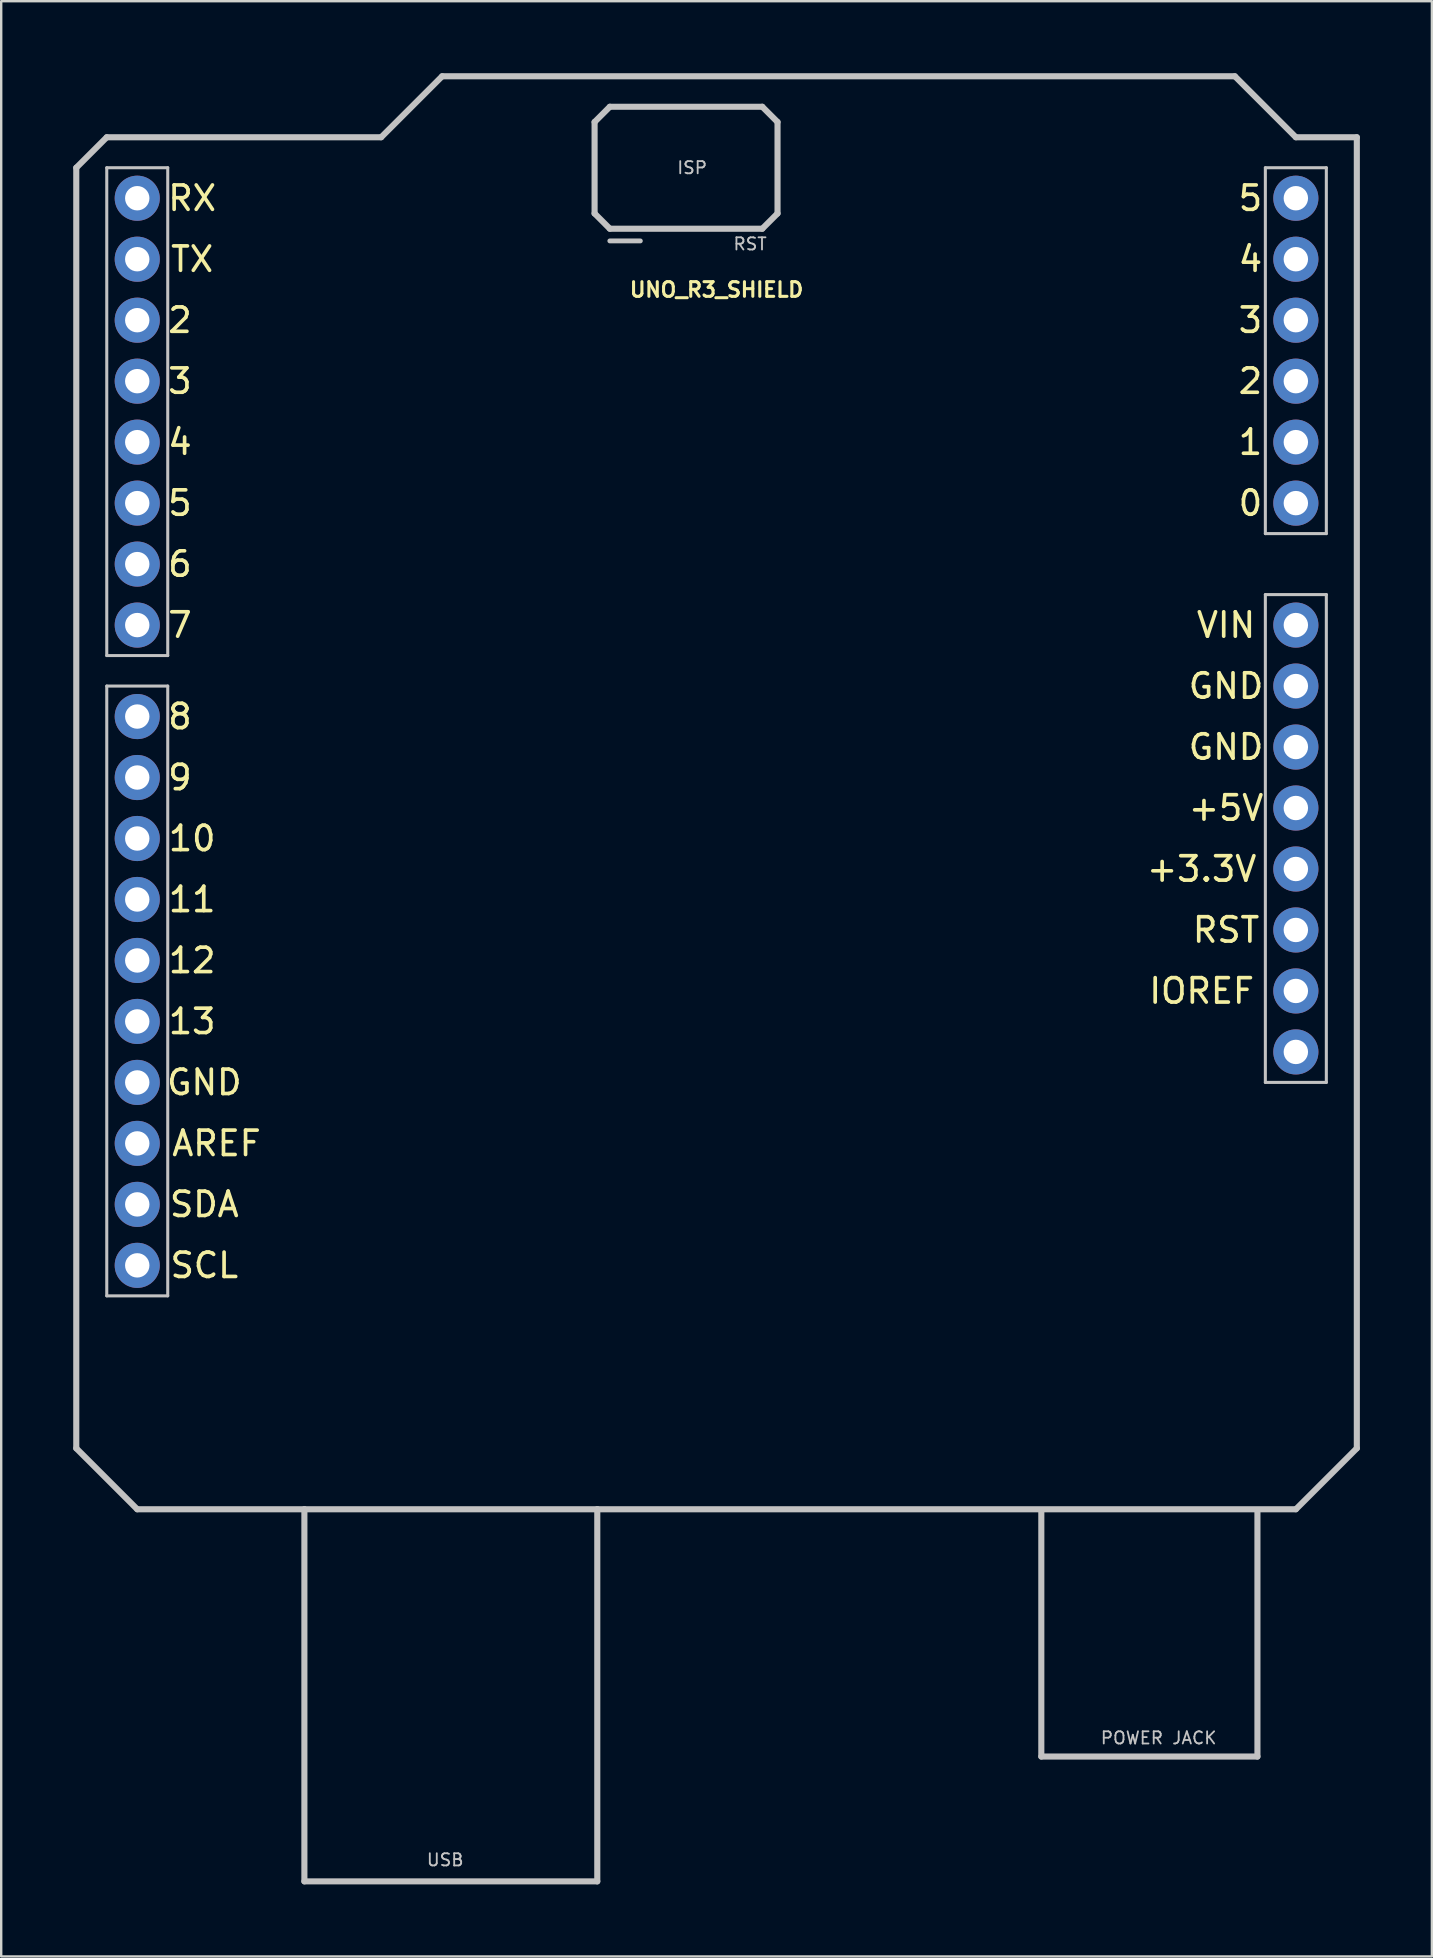
<source format=kicad_pcb>
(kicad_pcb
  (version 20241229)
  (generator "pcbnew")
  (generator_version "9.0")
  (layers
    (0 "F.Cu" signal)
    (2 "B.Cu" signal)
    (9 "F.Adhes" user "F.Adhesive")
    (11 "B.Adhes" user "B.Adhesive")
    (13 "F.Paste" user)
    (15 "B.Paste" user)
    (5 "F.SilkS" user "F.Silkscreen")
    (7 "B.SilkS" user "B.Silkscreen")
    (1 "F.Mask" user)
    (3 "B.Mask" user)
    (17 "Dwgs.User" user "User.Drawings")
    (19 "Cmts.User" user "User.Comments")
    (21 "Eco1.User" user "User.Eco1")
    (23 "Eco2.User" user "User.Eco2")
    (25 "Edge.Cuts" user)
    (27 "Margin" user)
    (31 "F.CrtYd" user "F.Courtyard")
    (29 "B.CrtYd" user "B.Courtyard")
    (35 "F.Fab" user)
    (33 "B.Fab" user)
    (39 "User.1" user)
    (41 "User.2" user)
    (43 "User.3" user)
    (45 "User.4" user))
  (footprint "UNO_R3_SHIELD"
    (layer "F.Cu")
    (at 26.797 30.607)
    (property "Reference" "UNO_R3_SHIELD" (at 0 -21.59 0) (layer "F.SilkS") (effects (font (size 0.61 0.61) (thickness 0.127))))
    (attr exclude_from_pos_files exclude_from_bom)
    (fp_line (start -26.67 -26.67) (end -26.67 26.67) (stroke (width 0.254) (type solid)) (layer "Dwgs.User"))
    (fp_line (start -26.67 26.67) (end -24.13 29.21) (stroke (width 0.254) (type solid)) (layer "Dwgs.User"))
    (fp_line (start -25.4 -27.94) (end -26.67 -26.67) (stroke (width 0.254) (type solid)) (layer "Dwgs.User"))
    (fp_line (start -25.4 -26.67) (end -22.86 -26.67) (stroke (width 0.127) (type solid)) (layer "Dwgs.User"))
    (fp_line (start -25.4 -6.35) (end -25.4 -26.67) (stroke (width 0.127) (type solid)) (layer "Dwgs.User"))
    (fp_line (start -25.4 -5.08) (end -22.86 -5.08) (stroke (width 0.127) (type solid)) (layer "Dwgs.User"))
    (fp_line (start -25.4 20.32) (end -25.4 -5.08) (stroke (width 0.127) (type solid)) (layer "Dwgs.User"))
    (fp_line (start -24.13 29.21) (end -17.168 29.21) (stroke (width 0.254) (type solid)) (layer "Dwgs.User"))
    (fp_line (start -22.86 -26.67) (end -22.86 -6.35) (stroke (width 0.127) (type solid)) (layer "Dwgs.User"))
    (fp_line (start -22.86 -6.35) (end -25.4 -6.35) (stroke (width 0.127) (type solid)) (layer "Dwgs.User"))
    (fp_line (start -22.86 -5.08) (end -22.86 20.32) (stroke (width 0.127) (type solid)) (layer "Dwgs.User"))
    (fp_line (start -22.86 20.32) (end -25.4 20.32) (stroke (width 0.127) (type solid)) (layer "Dwgs.User"))
    (fp_line (start -17.168 29.21) (end -4.968 29.21) (stroke (width 0.254) (type solid)) (layer "Dwgs.User"))
    (fp_line (start -17.168 44.709) (end -17.168 29.21) (stroke (width 0.254) (type solid)) (layer "Dwgs.User"))
    (fp_line (start -17.168 44.709) (end -4.968 44.709) (stroke (width 0.254) (type solid)) (layer "Dwgs.User"))
    (fp_line (start -13.97 -27.94) (end -25.4 -27.94) (stroke (width 0.254) (type solid)) (layer "Dwgs.User"))
    (fp_line (start -11.43 -30.48) (end -13.97 -27.94) (stroke (width 0.254) (type solid)) (layer "Dwgs.User"))
    (fp_line (start -5.08 -28.575) (end -4.445 -29.21) (stroke (width 0.254) (type solid)) (layer "Dwgs.User"))
    (fp_line (start -5.08 -24.765) (end -5.08 -28.575) (stroke (width 0.254) (type solid)) (layer "Dwgs.User"))
    (fp_line (start -4.968 29.21) (end 24.13 29.21) (stroke (width 0.254) (type solid)) (layer "Dwgs.User"))
    (fp_line (start -4.968 44.709) (end -4.968 29.21) (stroke (width 0.254) (type solid)) (layer "Dwgs.User"))
    (fp_line (start -4.445 -29.21) (end 1.905 -29.21) (stroke (width 0.254) (type solid)) (layer "Dwgs.User"))
    (fp_line (start -4.445 -24.13) (end -5.08 -24.765) (stroke (width 0.254) (type solid)) (layer "Dwgs.User"))
    (fp_line (start -3.175 -23.622) (end -4.445 -23.622) (stroke (width 0.203) (type solid)) (layer "Dwgs.User"))
    (fp_line (start 1.905 -29.21) (end 2.54 -28.575) (stroke (width 0.254) (type solid)) (layer "Dwgs.User"))
    (fp_line (start 1.905 -24.13) (end -4.445 -24.13) (stroke (width 0.254) (type solid)) (layer "Dwgs.User"))
    (fp_line (start 2.54 -28.575) (end 2.54 -24.765) (stroke (width 0.254) (type solid)) (layer "Dwgs.User"))
    (fp_line (start 2.54 -24.765) (end 1.905 -24.13) (stroke (width 0.254) (type solid)) (layer "Dwgs.User"))
    (fp_line (start 13.528 39.51) (end 13.528 29.309) (stroke (width 0.254) (type solid)) (layer "Dwgs.User"))
    (fp_line (start 13.528 39.51) (end 22.53 39.51) (stroke (width 0.254) (type solid)) (layer "Dwgs.User"))
    (fp_line (start 21.59 -30.48) (end -11.43 -30.48) (stroke (width 0.254) (type solid)) (layer "Dwgs.User"))
    (fp_line (start 22.53 39.51) (end 22.53 29.309) (stroke (width 0.254) (type solid)) (layer "Dwgs.User"))
    (fp_line (start 22.86 -26.67) (end 25.4 -26.67) (stroke (width 0.127) (type solid)) (layer "Dwgs.User"))
    (fp_line (start 22.86 -11.43) (end 22.86 -26.67) (stroke (width 0.127) (type solid)) (layer "Dwgs.User"))
    (fp_line (start 22.86 -8.89) (end 22.86 11.43) (stroke (width 0.127) (type solid)) (layer "Dwgs.User"))
    (fp_line (start 22.86 11.43) (end 25.4 11.43) (stroke (width 0.127) (type solid)) (layer "Dwgs.User"))
    (fp_line (start 24.13 -27.94) (end 21.59 -30.48) (stroke (width 0.254) (type solid)) (layer "Dwgs.User"))
    (fp_line (start 24.13 29.21) (end 26.67 26.67) (stroke (width 0.254) (type solid)) (layer "Dwgs.User"))
    (fp_line (start 25.4 -26.67) (end 25.4 -11.43) (stroke (width 0.127) (type solid)) (layer "Dwgs.User"))
    (fp_line (start 25.4 -11.43) (end 22.86 -11.43) (stroke (width 0.127) (type solid)) (layer "Dwgs.User"))
    (fp_line (start 25.4 -8.89) (end 22.86 -8.89) (stroke (width 0.127) (type solid)) (layer "Dwgs.User"))
    (fp_line (start 25.4 11.43) (end 25.4 -8.89) (stroke (width 0.127) (type solid)) (layer "Dwgs.User"))
    (fp_line (start 26.67 -27.94) (end 24.13 -27.94) (stroke (width 0.254) (type solid)) (layer "Dwgs.User"))
    (fp_line (start 26.67 26.67) (end 26.67 -27.94) (stroke (width 0.254) (type solid)) (layer "Dwgs.User"))
    (fp_text user "2" (at -22.352 -20.32 0) (layer "F.SilkS") (effects (font (size 1.016 1.016) (thickness 0.152))))
    (fp_text user "RST" (at 21.222 5.08 180) (layer "F.SilkS") (effects (font (size 1.016 1.016) (thickness 0.152))))
    (fp_text user "GND" (at 21.222 -2.54 180) (layer "F.SilkS") (effects (font (size 1.016 1.016) (thickness 0.152))))
    (fp_text user "12" (at -21.844 6.35 0) (layer "F.SilkS") (effects (font (size 1.016 1.016) (thickness 0.152))))
    (fp_text user "5" (at 22.238 -25.4 180) (layer "F.SilkS") (effects (font (size 1.016 1.016) (thickness 0.152))))
    (fp_text user "5" (at -22.352 -12.7 0) (layer "F.SilkS") (effects (font (size 1.016 1.016) (thickness 0.152))))
    (fp_text user "0" (at 22.238 -12.7 180) (layer "F.SilkS") (effects (font (size 1.016 1.016) (thickness 0.152))))
    (fp_text user "6" (at -22.352 -10.16 0) (layer "F.SilkS") (effects (font (size 1.016 1.016) (thickness 0.152))))
    (fp_text user "AREF" (at -20.828 13.97 0) (layer "F.SilkS") (effects (font (size 1.016 1.016) (thickness 0.152))))
    (fp_text user "RX" (at -21.844 -25.4 0) (layer "F.SilkS") (effects (font (size 1.016 1.016) (thickness 0.152))))
    (fp_text user "9" (at -22.352 -1.27 0) (layer "F.SilkS") (effects (font (size 1.016 1.016) (thickness 0.152))))
    (fp_text user "10" (at -21.844 1.27 0) (layer "F.SilkS") (effects (font (size 1.016 1.016) (thickness 0.152))))
    (fp_text user "TX" (at -21.844 -22.86 0) (layer "F.SilkS") (effects (font (size 1.016 1.016) (thickness 0.152))))
    (fp_text user "GND" (at 21.222 -5.08 180) (layer "F.SilkS") (effects (font (size 1.016 1.016) (thickness 0.152))))
    (fp_text user "+5V" (at 21.222 0 180) (layer "F.SilkS") (effects (font (size 1.016 1.016) (thickness 0.152))))
    (fp_text user "13" (at -21.844 8.89 0) (layer "F.SilkS") (effects (font (size 1.016 1.016) (thickness 0.152))))
    (fp_text user "VIN" (at 21.222 -7.62 180) (layer "F.SilkS") (effects (font (size 1.016 1.016) (thickness 0.152))))
    (fp_text user "8" (at -22.352 -3.81 0) (layer "F.SilkS") (effects (font (size 1.016 1.016) (thickness 0.152))))
    (fp_text user "4" (at -22.352 -15.24 0) (layer "F.SilkS") (effects (font (size 1.016 1.016) (thickness 0.152))))
    (fp_text user "11" (at -21.844 3.81 0) (layer "F.SilkS") (effects (font (size 1.016 1.016) (thickness 0.152))))
    (fp_text user "1" (at 22.238 -15.24 180) (layer "F.SilkS") (effects (font (size 1.016 1.016) (thickness 0.152))))
    (fp_text user "2" (at 22.238 -17.78 180) (layer "F.SilkS") (effects (font (size 1.016 1.016) (thickness 0.152))))
    (fp_text user "SCL" (at -21.336 19.05 0) (layer "F.SilkS") (effects (font (size 1.016 1.016) (thickness 0.152))))
    (fp_text user "7" (at -22.352 -7.62 0) (layer "F.SilkS") (effects (font (size 1.016 1.016) (thickness 0.152))))
    (fp_text user "3" (at -22.352 -17.78 0) (layer "F.SilkS") (effects (font (size 1.016 1.016) (thickness 0.152))))
    (fp_text user "3" (at 22.238 -20.32 180) (layer "F.SilkS") (effects (font (size 1.016 1.016) (thickness 0.152))))
    (fp_text user "SDA" (at -21.336 16.51 0) (layer "F.SilkS") (effects (font (size 1.016 1.016) (thickness 0.152))))
    (fp_text user "4" (at 22.238 -22.86 180) (layer "F.SilkS") (effects (font (size 1.016 1.016) (thickness 0.152))))
    (fp_text user "GND" (at -21.336 11.43 0) (layer "F.SilkS") (effects (font (size 1.016 1.016) (thickness 0.152))))
    (fp_text user "IOREF" (at 20.206 7.62 180) (layer "F.SilkS") (effects (font (size 1.016 1.016) (thickness 0.152))))
    (fp_text user "+3.3V" (at 20.206 2.54 180) (layer "F.SilkS") (effects (font (size 1.016 1.016) (thickness 0.152))))
    (fp_text user "POWER JACK" (at 18.415 38.735 0) (layer "Dwgs.User") (effects (font (size 0.508 0.508) (thickness 0.076))))
    (fp_text user "ISP" (at -1.016 -26.67 0) (layer "Dwgs.User") (effects (font (size 0.508 0.508) (thickness 0.076))))
    (fp_text user "RST" (at 1.397 -23.495 0) (layer "Dwgs.User") (effects (font (size 0.508 0.508) (thickness 0.076))))
    (fp_text user "USB" (at -11.303 43.815 0) (layer "Dwgs.User") (effects (font (size 0.508 0.508) (thickness 0.076))))
    (pad "3.3V" thru_hole circle (at 24.13 2.54) (size 1.88 1.88) (drill 1.016) (layers "*.Cu" "*.Mask"))
    (pad "5V" thru_hole circle (at 24.13 0) (size 1.88 1.88) (drill 1.016) (layers "*.Cu" "*.Mask"))
    (pad "A0" thru_hole circle (at 24.13 -12.7) (size 1.88 1.88) (drill 1.016) (layers "*.Cu" "*.Mask"))
    (pad "A1" thru_hole circle (at 24.13 -15.24) (size 1.88 1.88) (drill 1.016) (layers "*.Cu" "*.Mask"))
    (pad "A2" thru_hole circle (at 24.13 -17.78) (size 1.88 1.88) (drill 1.016) (layers "*.Cu" "*.Mask"))
    (pad "A3" thru_hole circle (at 24.13 -20.32) (size 1.88 1.88) (drill 1.016) (layers "*.Cu" "*.Mask"))
    (pad "A4" thru_hole circle (at 24.13 -22.86) (size 1.88 1.88) (drill 1.016) (layers "*.Cu" "*.Mask"))
    (pad "A5" thru_hole circle (at 24.13 -25.4) (size 1.88 1.88) (drill 1.016) (layers "*.Cu" "*.Mask"))
    (pad "AREF" thru_hole circle (at -24.13 13.97) (size 1.88 1.88) (drill 1.016) (layers "*.Cu" "*.Mask"))
    (pad "D2" thru_hole circle (at -24.13 -20.32) (size 1.88 1.88) (drill 1.016) (layers "*.Cu" "*.Mask"))
    (pad "D3" thru_hole circle (at -24.13 -17.78) (size 1.88 1.88) (drill 1.016) (layers "*.Cu" "*.Mask"))
    (pad "D4" thru_hole circle (at -24.13 -15.24) (size 1.88 1.88) (drill 1.016) (layers "*.Cu" "*.Mask"))
    (pad "D5" thru_hole circle (at -24.13 -12.7) (size 1.88 1.88) (drill 1.016) (layers "*.Cu" "*.Mask"))
    (pad "D6" thru_hole circle (at -24.13 -10.16) (size 1.88 1.88) (drill 1.016) (layers "*.Cu" "*.Mask"))
    (pad "D7" thru_hole circle (at -24.13 -7.62) (size 1.88 1.88) (drill 1.016) (layers "*.Cu" "*.Mask"))
    (pad "D8" thru_hole circle (at -24.13 -3.81) (size 1.88 1.88) (drill 1.016) (layers "*.Cu" "*.Mask"))
    (pad "D9" thru_hole circle (at -24.13 -1.27) (size 1.88 1.88) (drill 1.016) (layers "*.Cu" "*.Mask"))
    (pad "D10" thru_hole circle (at -24.13 1.27) (size 1.88 1.88) (drill 1.016) (layers "*.Cu" "*.Mask"))
    (pad "D11" thru_hole circle (at -24.13 3.81) (size 1.88 1.88) (drill 1.016) (layers "*.Cu" "*.Mask"))
    (pad "D12" thru_hole circle (at -24.13 6.35) (size 1.88 1.88) (drill 1.016) (layers "*.Cu" "*.Mask"))
    (pad "D13" thru_hole circle (at -24.13 8.89) (size 1.88 1.88) (drill 1.016) (layers "*.Cu" "*.Mask"))
    (pad "GND_1" thru_hole circle (at 24.13 -5.08) (size 1.88 1.88) (drill 1.016) (layers "*.Cu" "*.Mask"))
    (pad "GND_2" thru_hole circle (at 24.13 -2.54) (size 1.88 1.88) (drill 1.016) (layers "*.Cu" "*.Mask"))
    (pad "GND_3" thru_hole circle (at -24.13 11.43) (size 1.88 1.88) (drill 1.016) (layers "*.Cu" "*.Mask"))
    (pad "IORE" thru_hole circle (at 24.13 7.62) (size 1.88 1.88) (drill 1.016) (layers "*.Cu" "*.Mask"))
    (pad "NC" thru_hole circle (at 24.13 10.16) (size 1.88 1.88) (drill 1.016) (layers "*.Cu" "*.Mask"))
    (pad "RES" thru_hole circle (at 24.13 5.08) (size 1.88 1.88) (drill 1.016) (layers "*.Cu" "*.Mask"))
    (pad "RX" thru_hole circle (at -24.13 -25.4) (size 1.88 1.88) (drill 1.016) (layers "*.Cu" "*.Mask"))
    (pad "SCL" thru_hole circle (at -24.13 19.05) (size 1.88 1.88) (drill 1.016) (layers "*.Cu" "*.Mask"))
    (pad "SDA" thru_hole circle (at -24.13 16.51) (size 1.88 1.88) (drill 1.016) (layers "*.Cu" "*.Mask"))
    (pad "TX" thru_hole circle (at -24.13 -22.86) (size 1.88 1.88) (drill 1.016) (layers "*.Cu" "*.Mask"))
    (pad "VIN" thru_hole circle (at 24.13 -7.62) (size 1.88 1.88) (drill 1.016) (layers "*.Cu" "*.Mask")))
  (gr_rect
    (start -3 -3)
    (end 56.594 78.443)
    (stroke (width 0.1) (type default))
    (fill no)
    (layer "Edge.Cuts")))
</source>
